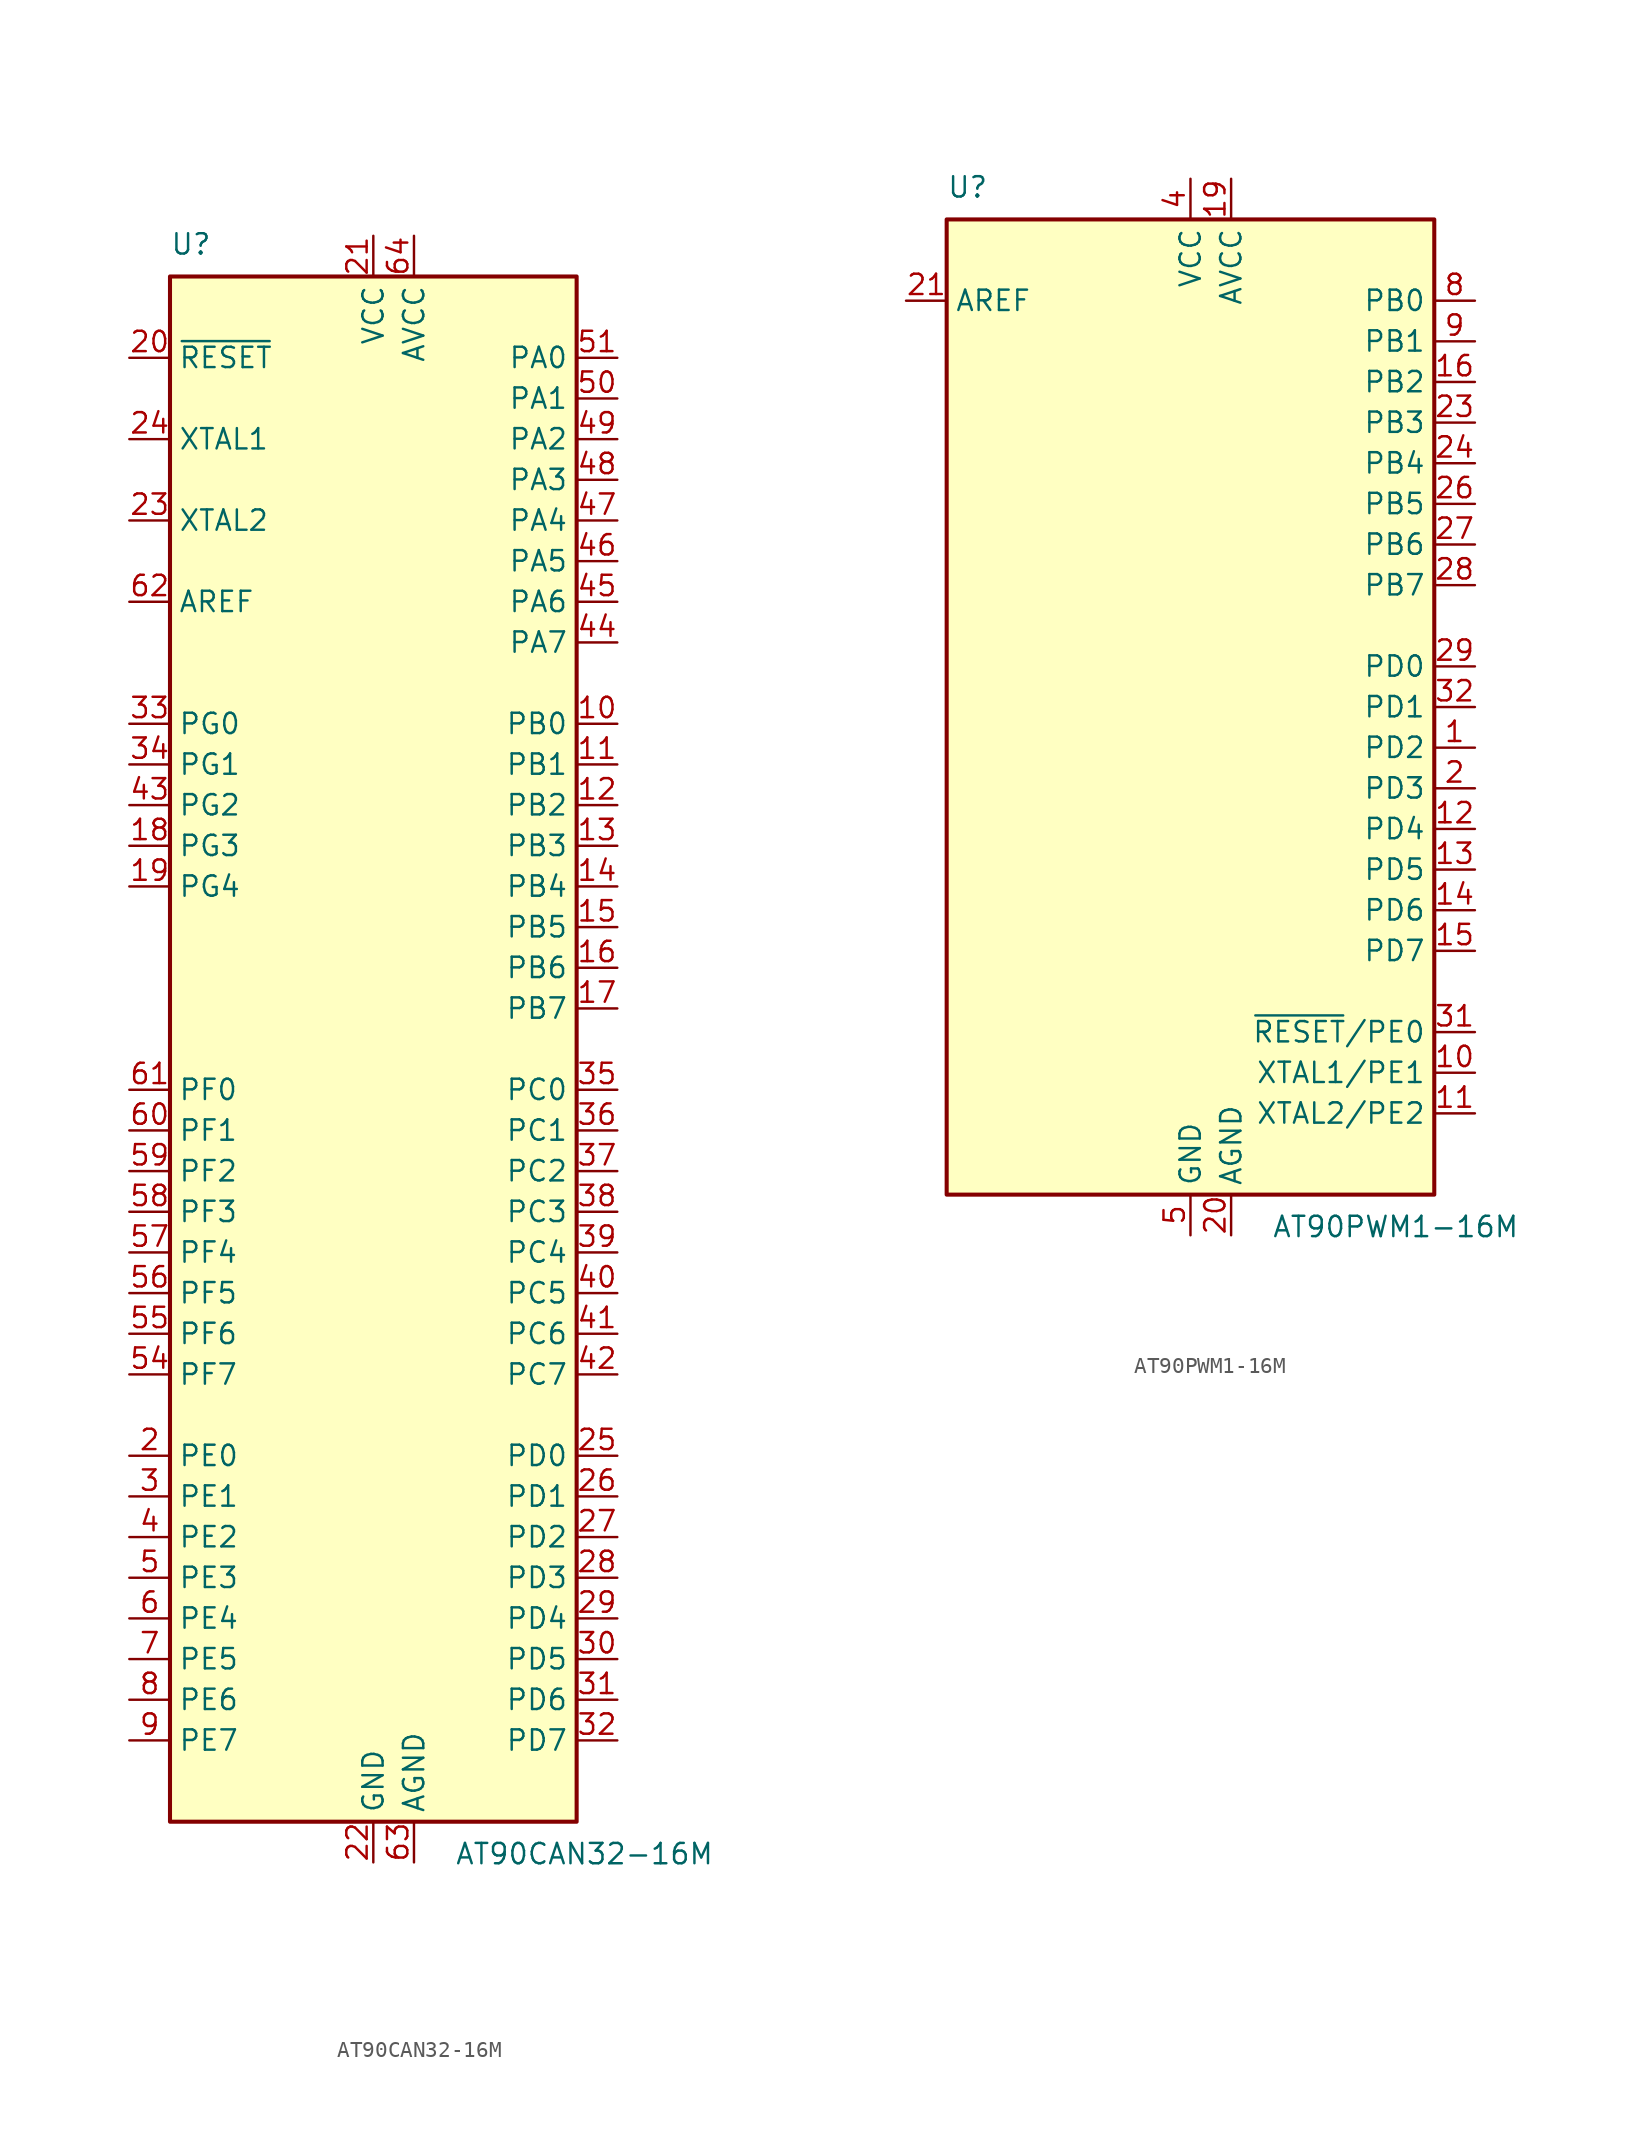
<source format=kicad_sym>
(kicad_symbol_lib
  (version 20211014)
  (generator kicad_symbol_editor)
  (symbol "AT90CAN32-16M"
    (property "Reference" "U"
      (at -12.7 49.53 0)
      (effects (font (size 1.27 1.27)) (justify left bottom)))
    (property "Value" "AT90CAN32-16M"
      (at 5.08 -49.53 0)
      (effects (font (size 1.27 1.27)) (justify left top)))
    (symbol "AT90CAN32-16M_0_1"
      (rectangle (start -12.7 -48.26) (end 12.7 48.26) (stroke (width 0.254) (type default) (color 0 0 0 0)) (fill (type background))))
    (symbol "AT90CAN32-16M_1_1"
      (pin no_connect line (at -12.7 -45.72 0) (length 2.54) hide (name "NC" (effects (font (size 1.27 1.27)))) (number "1" (effects (font (size 1.27 1.27)))))
      (pin bidirectional line (at 15.24 20.32 180) (length 2.54) (name "PB0" (effects (font (size 1.27 1.27)))) (number "10" (effects (font (size 1.27 1.27)))))
      (pin bidirectional line (at 15.24 17.78 180) (length 2.54) (name "PB1" (effects (font (size 1.27 1.27)))) (number "11" (effects (font (size 1.27 1.27)))))
      (pin bidirectional line (at 15.24 15.24 180) (length 2.54) (name "PB2" (effects (font (size 1.27 1.27)))) (number "12" (effects (font (size 1.27 1.27)))))
      (pin bidirectional line (at 15.24 12.7 180) (length 2.54) (name "PB3" (effects (font (size 1.27 1.27)))) (number "13" (effects (font (size 1.27 1.27)))))
      (pin bidirectional line (at 15.24 10.16 180) (length 2.54) (name "PB4" (effects (font (size 1.27 1.27)))) (number "14" (effects (font (size 1.27 1.27)))))
      (pin bidirectional line (at 15.24 7.62 180) (length 2.54) (name "PB5" (effects (font (size 1.27 1.27)))) (number "15" (effects (font (size 1.27 1.27)))))
      (pin bidirectional line (at 15.24 5.08 180) (length 2.54) (name "PB6" (effects (font (size 1.27 1.27)))) (number "16" (effects (font (size 1.27 1.27)))))
      (pin bidirectional line (at 15.24 2.54 180) (length 2.54) (name "PB7" (effects (font (size 1.27 1.27)))) (number "17" (effects (font (size 1.27 1.27)))))
      (pin bidirectional line (at -15.24 12.7 0) (length 2.54) (name "PG3" (effects (font (size 1.27 1.27)))) (number "18" (effects (font (size 1.27 1.27)))))
      (pin bidirectional line (at -15.24 10.16 0) (length 2.54) (name "PG4" (effects (font (size 1.27 1.27)))) (number "19" (effects (font (size 1.27 1.27)))))
      (pin bidirectional line (at -15.24 -25.4 0) (length 2.54) (name "PE0" (effects (font (size 1.27 1.27)))) (number "2" (effects (font (size 1.27 1.27)))))
      (pin input line (at -15.24 43.18 0) (length 2.54) (name "~{RESET}" (effects (font (size 1.27 1.27)))) (number "20" (effects (font (size 1.27 1.27)))))
      (pin power_in line (at 0 50.8 270) (length 2.54) (name "VCC" (effects (font (size 1.27 1.27)))) (number "21" (effects (font (size 1.27 1.27)))))
      (pin power_in line (at 0 -50.8 90) (length 2.54) (name "GND" (effects (font (size 1.27 1.27)))) (number "22" (effects (font (size 1.27 1.27)))))
      (pin output line (at -15.24 33.02 0) (length 2.54) (name "XTAL2" (effects (font (size 1.27 1.27)))) (number "23" (effects (font (size 1.27 1.27)))))
      (pin input line (at -15.24 38.1 0) (length 2.54) (name "XTAL1" (effects (font (size 1.27 1.27)))) (number "24" (effects (font (size 1.27 1.27)))))
      (pin bidirectional line (at 15.24 -25.4 180) (length 2.54) (name "PD0" (effects (font (size 1.27 1.27)))) (number "25" (effects (font (size 1.27 1.27)))))
      (pin bidirectional line (at 15.24 -27.94 180) (length 2.54) (name "PD1" (effects (font (size 1.27 1.27)))) (number "26" (effects (font (size 1.27 1.27)))))
      (pin bidirectional line (at 15.24 -30.48 180) (length 2.54) (name "PD2" (effects (font (size 1.27 1.27)))) (number "27" (effects (font (size 1.27 1.27)))))
      (pin bidirectional line (at 15.24 -33.02 180) (length 2.54) (name "PD3" (effects (font (size 1.27 1.27)))) (number "28" (effects (font (size 1.27 1.27)))))
      (pin bidirectional line (at 15.24 -35.56 180) (length 2.54) (name "PD4" (effects (font (size 1.27 1.27)))) (number "29" (effects (font (size 1.27 1.27)))))
      (pin bidirectional line (at -15.24 -27.94 0) (length 2.54) (name "PE1" (effects (font (size 1.27 1.27)))) (number "3" (effects (font (size 1.27 1.27)))))
      (pin bidirectional line (at 15.24 -38.1 180) (length 2.54) (name "PD5" (effects (font (size 1.27 1.27)))) (number "30" (effects (font (size 1.27 1.27)))))
      (pin bidirectional line (at 15.24 -40.64 180) (length 2.54) (name "PD6" (effects (font (size 1.27 1.27)))) (number "31" (effects (font (size 1.27 1.27)))))
      (pin bidirectional line (at 15.24 -43.18 180) (length 2.54) (name "PD7" (effects (font (size 1.27 1.27)))) (number "32" (effects (font (size 1.27 1.27)))))
      (pin bidirectional line (at -15.24 20.32 0) (length 2.54) (name "PG0" (effects (font (size 1.27 1.27)))) (number "33" (effects (font (size 1.27 1.27)))))
      (pin bidirectional line (at -15.24 17.78 0) (length 2.54) (name "PG1" (effects (font (size 1.27 1.27)))) (number "34" (effects (font (size 1.27 1.27)))))
      (pin bidirectional line (at 15.24 -2.54 180) (length 2.54) (name "PC0" (effects (font (size 1.27 1.27)))) (number "35" (effects (font (size 1.27 1.27)))))
      (pin bidirectional line (at 15.24 -5.08 180) (length 2.54) (name "PC1" (effects (font (size 1.27 1.27)))) (number "36" (effects (font (size 1.27 1.27)))))
      (pin bidirectional line (at 15.24 -7.62 180) (length 2.54) (name "PC2" (effects (font (size 1.27 1.27)))) (number "37" (effects (font (size 1.27 1.27)))))
      (pin bidirectional line (at 15.24 -10.16 180) (length 2.54) (name "PC3" (effects (font (size 1.27 1.27)))) (number "38" (effects (font (size 1.27 1.27)))))
      (pin bidirectional line (at 15.24 -12.7 180) (length 2.54) (name "PC4" (effects (font (size 1.27 1.27)))) (number "39" (effects (font (size 1.27 1.27)))))
      (pin bidirectional line (at -15.24 -30.48 0) (length 2.54) (name "PE2" (effects (font (size 1.27 1.27)))) (number "4" (effects (font (size 1.27 1.27)))))
      (pin bidirectional line (at 15.24 -15.24 180) (length 2.54) (name "PC5" (effects (font (size 1.27 1.27)))) (number "40" (effects (font (size 1.27 1.27)))))
      (pin bidirectional line (at 15.24 -17.78 180) (length 2.54) (name "PC6" (effects (font (size 1.27 1.27)))) (number "41" (effects (font (size 1.27 1.27)))))
      (pin bidirectional line (at 15.24 -20.32 180) (length 2.54) (name "PC7" (effects (font (size 1.27 1.27)))) (number "42" (effects (font (size 1.27 1.27)))))
      (pin bidirectional line (at -15.24 15.24 0) (length 2.54) (name "PG2" (effects (font (size 1.27 1.27)))) (number "43" (effects (font (size 1.27 1.27)))))
      (pin bidirectional line (at 15.24 25.4 180) (length 2.54) (name "PA7" (effects (font (size 1.27 1.27)))) (number "44" (effects (font (size 1.27 1.27)))))
      (pin bidirectional line (at 15.24 27.94 180) (length 2.54) (name "PA6" (effects (font (size 1.27 1.27)))) (number "45" (effects (font (size 1.27 1.27)))))
      (pin bidirectional line (at 15.24 30.48 180) (length 2.54) (name "PA5" (effects (font (size 1.27 1.27)))) (number "46" (effects (font (size 1.27 1.27)))))
      (pin bidirectional line (at 15.24 33.02 180) (length 2.54) (name "PA4" (effects (font (size 1.27 1.27)))) (number "47" (effects (font (size 1.27 1.27)))))
      (pin bidirectional line (at 15.24 35.56 180) (length 2.54) (name "PA3" (effects (font (size 1.27 1.27)))) (number "48" (effects (font (size 1.27 1.27)))))
      (pin bidirectional line (at 15.24 38.1 180) (length 2.54) (name "PA2" (effects (font (size 1.27 1.27)))) (number "49" (effects (font (size 1.27 1.27)))))
      (pin bidirectional line (at -15.24 -33.02 0) (length 2.54) (name "PE3" (effects (font (size 1.27 1.27)))) (number "5" (effects (font (size 1.27 1.27)))))
      (pin bidirectional line (at 15.24 40.64 180) (length 2.54) (name "PA1" (effects (font (size 1.27 1.27)))) (number "50" (effects (font (size 1.27 1.27)))))
      (pin bidirectional line (at 15.24 43.18 180) (length 2.54) (name "PA0" (effects (font (size 1.27 1.27)))) (number "51" (effects (font (size 1.27 1.27)))))
      (pin passive line (at 0 50.8 270) (length 2.54) hide (name "VCC" (effects (font (size 1.27 1.27)))) (number "52" (effects (font (size 1.27 1.27)))))
      (pin passive line (at 0 -50.8 90) (length 2.54) hide (name "GND" (effects (font (size 1.27 1.27)))) (number "53" (effects (font (size 1.27 1.27)))))
      (pin bidirectional line (at -15.24 -20.32 0) (length 2.54) (name "PF7" (effects (font (size 1.27 1.27)))) (number "54" (effects (font (size 1.27 1.27)))))
      (pin bidirectional line (at -15.24 -17.78 0) (length 2.54) (name "PF6" (effects (font (size 1.27 1.27)))) (number "55" (effects (font (size 1.27 1.27)))))
      (pin bidirectional line (at -15.24 -15.24 0) (length 2.54) (name "PF5" (effects (font (size 1.27 1.27)))) (number "56" (effects (font (size 1.27 1.27)))))
      (pin bidirectional line (at -15.24 -12.7 0) (length 2.54) (name "PF4" (effects (font (size 1.27 1.27)))) (number "57" (effects (font (size 1.27 1.27)))))
      (pin bidirectional line (at -15.24 -10.16 0) (length 2.54) (name "PF3" (effects (font (size 1.27 1.27)))) (number "58" (effects (font (size 1.27 1.27)))))
      (pin bidirectional line (at -15.24 -7.62 0) (length 2.54) (name "PF2" (effects (font (size 1.27 1.27)))) (number "59" (effects (font (size 1.27 1.27)))))
      (pin bidirectional line (at -15.24 -35.56 0) (length 2.54) (name "PE4" (effects (font (size 1.27 1.27)))) (number "6" (effects (font (size 1.27 1.27)))))
      (pin bidirectional line (at -15.24 -5.08 0) (length 2.54) (name "PF1" (effects (font (size 1.27 1.27)))) (number "60" (effects (font (size 1.27 1.27)))))
      (pin bidirectional line (at -15.24 -2.54 0) (length 2.54) (name "PF0" (effects (font (size 1.27 1.27)))) (number "61" (effects (font (size 1.27 1.27)))))
      (pin passive line (at -15.24 27.94 0) (length 2.54) (name "AREF" (effects (font (size 1.27 1.27)))) (number "62" (effects (font (size 1.27 1.27)))))
      (pin power_in line (at 2.54 -50.8 90) (length 2.54) (name "AGND" (effects (font (size 1.27 1.27)))) (number "63" (effects (font (size 1.27 1.27)))))
      (pin power_in line (at 2.54 50.8 270) (length 2.54) (name "AVCC" (effects (font (size 1.27 1.27)))) (number "64" (effects (font (size 1.27 1.27)))))
      (pin passive line (at 0 -50.8 90) (length 2.54) hide (name "GND" (effects (font (size 1.27 1.27)))) (number "65" (effects (font (size 1.27 1.27)))))
      (pin bidirectional line (at -15.24 -38.1 0) (length 2.54) (name "PE5" (effects (font (size 1.27 1.27)))) (number "7" (effects (font (size 1.27 1.27)))))
      (pin bidirectional line (at -15.24 -40.64 0) (length 2.54) (name "PE6" (effects (font (size 1.27 1.27)))) (number "8" (effects (font (size 1.27 1.27)))))
      (pin bidirectional line (at -15.24 -43.18 0) (length 2.54) (name "PE7" (effects (font (size 1.27 1.27)))) (number "9" (effects (font (size 1.27 1.27)))))))
  (symbol "AT90PWM1-16M"
    (property "Reference" "U"
      (at -15.24 31.75 0)
      (effects (font (size 1.27 1.27)) (justify left bottom)))
    (property "Value" "AT90PWM1-16M"
      (at 5.08 -31.75 0)
      (effects (font (size 1.27 1.27)) (justify left top)))
    (symbol "AT90PWM1-16M_0_1"
      (rectangle (start -15.24 -30.48) (end 15.24 30.48) (stroke (width 0.254) (type default) (color 0 0 0 0)) (fill (type background))))
    (symbol "AT90PWM1-16M_1_1"
      (pin bidirectional line (at 17.78 -2.54 180) (length 2.54) (name "PD2" (effects (font (size 1.27 1.27)))) (number "1" (effects (font (size 1.27 1.27)))))
      (pin bidirectional line (at 17.78 -22.86 180) (length 2.54) (name "XTAL1/PE1" (effects (font (size 1.27 1.27)))) (number "10" (effects (font (size 1.27 1.27)))))
      (pin bidirectional line (at 17.78 -25.4 180) (length 2.54) (name "XTAL2/PE2" (effects (font (size 1.27 1.27)))) (number "11" (effects (font (size 1.27 1.27)))))
      (pin bidirectional line (at 17.78 -7.62 180) (length 2.54) (name "PD4" (effects (font (size 1.27 1.27)))) (number "12" (effects (font (size 1.27 1.27)))))
      (pin bidirectional line (at 17.78 -10.16 180) (length 2.54) (name "PD5" (effects (font (size 1.27 1.27)))) (number "13" (effects (font (size 1.27 1.27)))))
      (pin bidirectional line (at 17.78 -12.7 180) (length 2.54) (name "PD6" (effects (font (size 1.27 1.27)))) (number "14" (effects (font (size 1.27 1.27)))))
      (pin bidirectional line (at 17.78 -15.24 180) (length 2.54) (name "PD7" (effects (font (size 1.27 1.27)))) (number "15" (effects (font (size 1.27 1.27)))))
      (pin bidirectional line (at 17.78 20.32 180) (length 2.54) (name "PB2" (effects (font (size 1.27 1.27)))) (number "16" (effects (font (size 1.27 1.27)))))
      (pin no_connect line (at -15.24 -17.78 0) (length 2.54) hide (name "NC" (effects (font (size 1.27 1.27)))) (number "17" (effects (font (size 1.27 1.27)))))
      (pin no_connect line (at -15.24 -20.32 0) (length 2.54) hide (name "NC" (effects (font (size 1.27 1.27)))) (number "18" (effects (font (size 1.27 1.27)))))
      (pin power_in line (at 2.54 33.02 270) (length 2.54) (name "AVCC" (effects (font (size 1.27 1.27)))) (number "19" (effects (font (size 1.27 1.27)))))
      (pin bidirectional line (at 17.78 -5.08 180) (length 2.54) (name "PD3" (effects (font (size 1.27 1.27)))) (number "2" (effects (font (size 1.27 1.27)))))
      (pin power_in line (at 2.54 -33.02 90) (length 2.54) (name "AGND" (effects (font (size 1.27 1.27)))) (number "20" (effects (font (size 1.27 1.27)))))
      (pin passive line (at -17.78 25.4 0) (length 2.54) (name "AREF" (effects (font (size 1.27 1.27)))) (number "21" (effects (font (size 1.27 1.27)))))
      (pin no_connect line (at -15.24 -22.86 0) (length 2.54) hide (name "NC" (effects (font (size 1.27 1.27)))) (number "22" (effects (font (size 1.27 1.27)))))
      (pin bidirectional line (at 17.78 17.78 180) (length 2.54) (name "PB3" (effects (font (size 1.27 1.27)))) (number "23" (effects (font (size 1.27 1.27)))))
      (pin bidirectional line (at 17.78 15.24 180) (length 2.54) (name "PB4" (effects (font (size 1.27 1.27)))) (number "24" (effects (font (size 1.27 1.27)))))
      (pin no_connect line (at -15.24 -25.4 0) (length 2.54) hide (name "NC" (effects (font (size 1.27 1.27)))) (number "25" (effects (font (size 1.27 1.27)))))
      (pin bidirectional line (at 17.78 12.7 180) (length 2.54) (name "PB5" (effects (font (size 1.27 1.27)))) (number "26" (effects (font (size 1.27 1.27)))))
      (pin bidirectional line (at 17.78 10.16 180) (length 2.54) (name "PB6" (effects (font (size 1.27 1.27)))) (number "27" (effects (font (size 1.27 1.27)))))
      (pin bidirectional line (at 17.78 7.62 180) (length 2.54) (name "PB7" (effects (font (size 1.27 1.27)))) (number "28" (effects (font (size 1.27 1.27)))))
      (pin bidirectional line (at 17.78 2.54 180) (length 2.54) (name "PD0" (effects (font (size 1.27 1.27)))) (number "29" (effects (font (size 1.27 1.27)))))
      (pin no_connect line (at -15.24 -10.16 0) (length 2.54) hide (name "NC" (effects (font (size 1.27 1.27)))) (number "3" (effects (font (size 1.27 1.27)))))
      (pin no_connect line (at -15.24 -27.94 0) (length 2.54) hide (name "NC" (effects (font (size 1.27 1.27)))) (number "30" (effects (font (size 1.27 1.27)))))
      (pin bidirectional line (at 17.78 -20.32 180) (length 2.54) (name "~{RESET}/PE0" (effects (font (size 1.27 1.27)))) (number "31" (effects (font (size 1.27 1.27)))))
      (pin bidirectional line (at 17.78 0 180) (length 2.54) (name "PD1" (effects (font (size 1.27 1.27)))) (number "32" (effects (font (size 1.27 1.27)))))
      (pin passive line (at 0 -33.02 90) (length 2.54) hide (name "GND" (effects (font (size 1.27 1.27)))) (number "33" (effects (font (size 1.27 1.27)))))
      (pin power_in line (at 0 33.02 270) (length 2.54) (name "VCC" (effects (font (size 1.27 1.27)))) (number "4" (effects (font (size 1.27 1.27)))))
      (pin power_in line (at 0 -33.02 90) (length 2.54) (name "GND" (effects (font (size 1.27 1.27)))) (number "5" (effects (font (size 1.27 1.27)))))
      (pin no_connect line (at -15.24 -12.7 0) (length 2.54) hide (name "NC" (effects (font (size 1.27 1.27)))) (number "6" (effects (font (size 1.27 1.27)))))
      (pin no_connect line (at -15.24 -15.24 0) (length 2.54) hide (name "NC" (effects (font (size 1.27 1.27)))) (number "7" (effects (font (size 1.27 1.27)))))
      (pin bidirectional line (at 17.78 25.4 180) (length 2.54) (name "PB0" (effects (font (size 1.27 1.27)))) (number "8" (effects (font (size 1.27 1.27)))))
      (pin bidirectional line (at 17.78 22.86 180) (length 2.54) (name "PB1" (effects (font (size 1.27 1.27)))) (number "9" (effects (font (size 1.27 1.27))))))))
</source>
